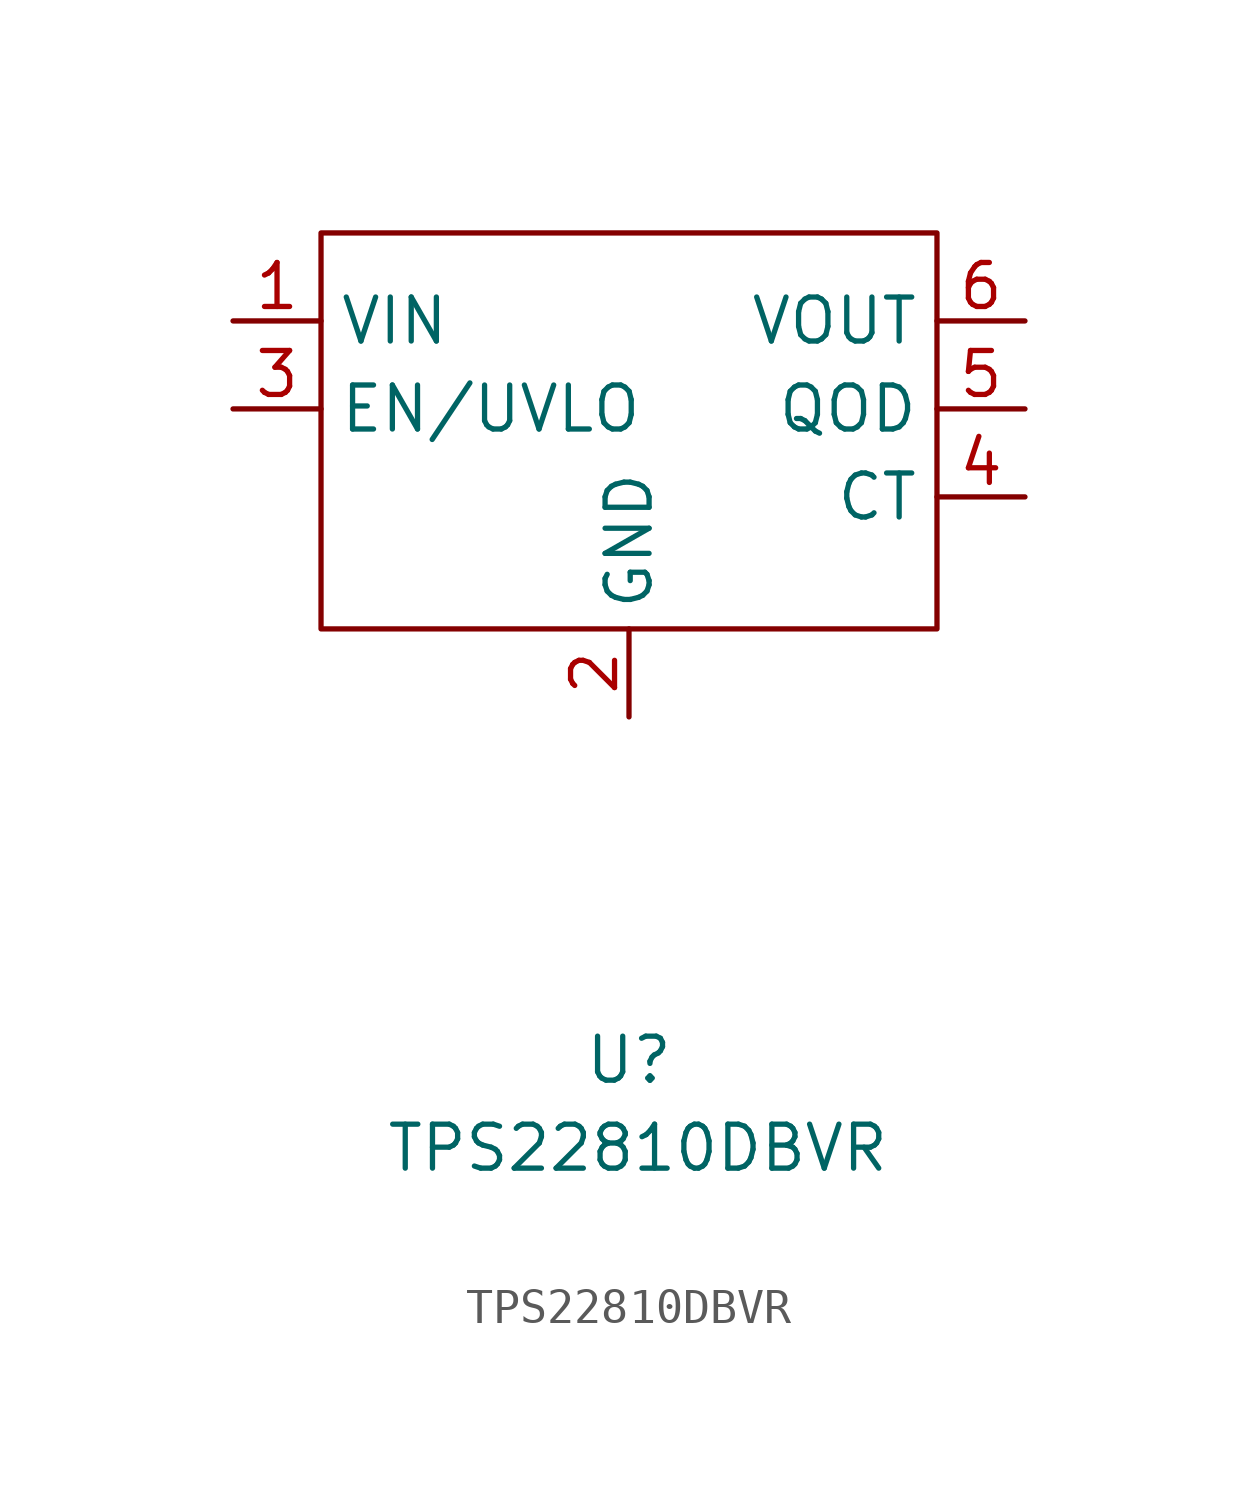
<source format=kicad_sym>
(kicad_symbol_lib
  (version 20231120)
  (generator "kicad_symbol_editor")
  (generator_version "8.0")
  (symbol "TPS22810DBVR"
    (property "Reference" "U"
      (at 0 -18.796 0)
      (effects (font (size 1.27 1.27))))
    (property "Value" "TPS22810DBVR"
      (at 0.254 -21.336 0)
      (effects (font (size 1.27 1.27))))
    (symbol "TPS22810DBVR_0_1"
      (rectangle (start -8.89 5.08) (end 8.89 -6.35) (stroke (width 0) (type default)) (fill (type none))))
    (symbol "TPS22810DBVR_1_1"
      (pin power_in line (at -11.43 2.54 0) (length 2.54) (name "VIN" (effects (font (size 1.27 1.27)))) (number "1" (effects (font (size 1.27 1.27)))))
      (pin power_in line (at 0 -8.89 90) (length 2.54) (name "GND" (effects (font (size 1.27 1.27)))) (number "2" (effects (font (size 1.27 1.27)))))
      (pin input line (at -11.43 0 0) (length 2.54) (name "EN/UVLO" (effects (font (size 1.27 1.27)))) (number "3" (effects (font (size 1.27 1.27)))))
      (pin passive line (at 11.43 -2.54 180) (length 2.54) (name "CT" (effects (font (size 1.27 1.27)))) (number "4" (effects (font (size 1.27 1.27)))))
      (pin passive line (at 11.43 0 180) (length 2.54) (name "QOD" (effects (font (size 1.27 1.27)))) (number "5" (effects (font (size 1.27 1.27)))))
      (pin power_out line (at 11.43 2.54 180) (length 2.54) (name "VOUT" (effects (font (size 1.27 1.27)))) (number "6" (effects (font (size 1.27 1.27))))))))
</source>
